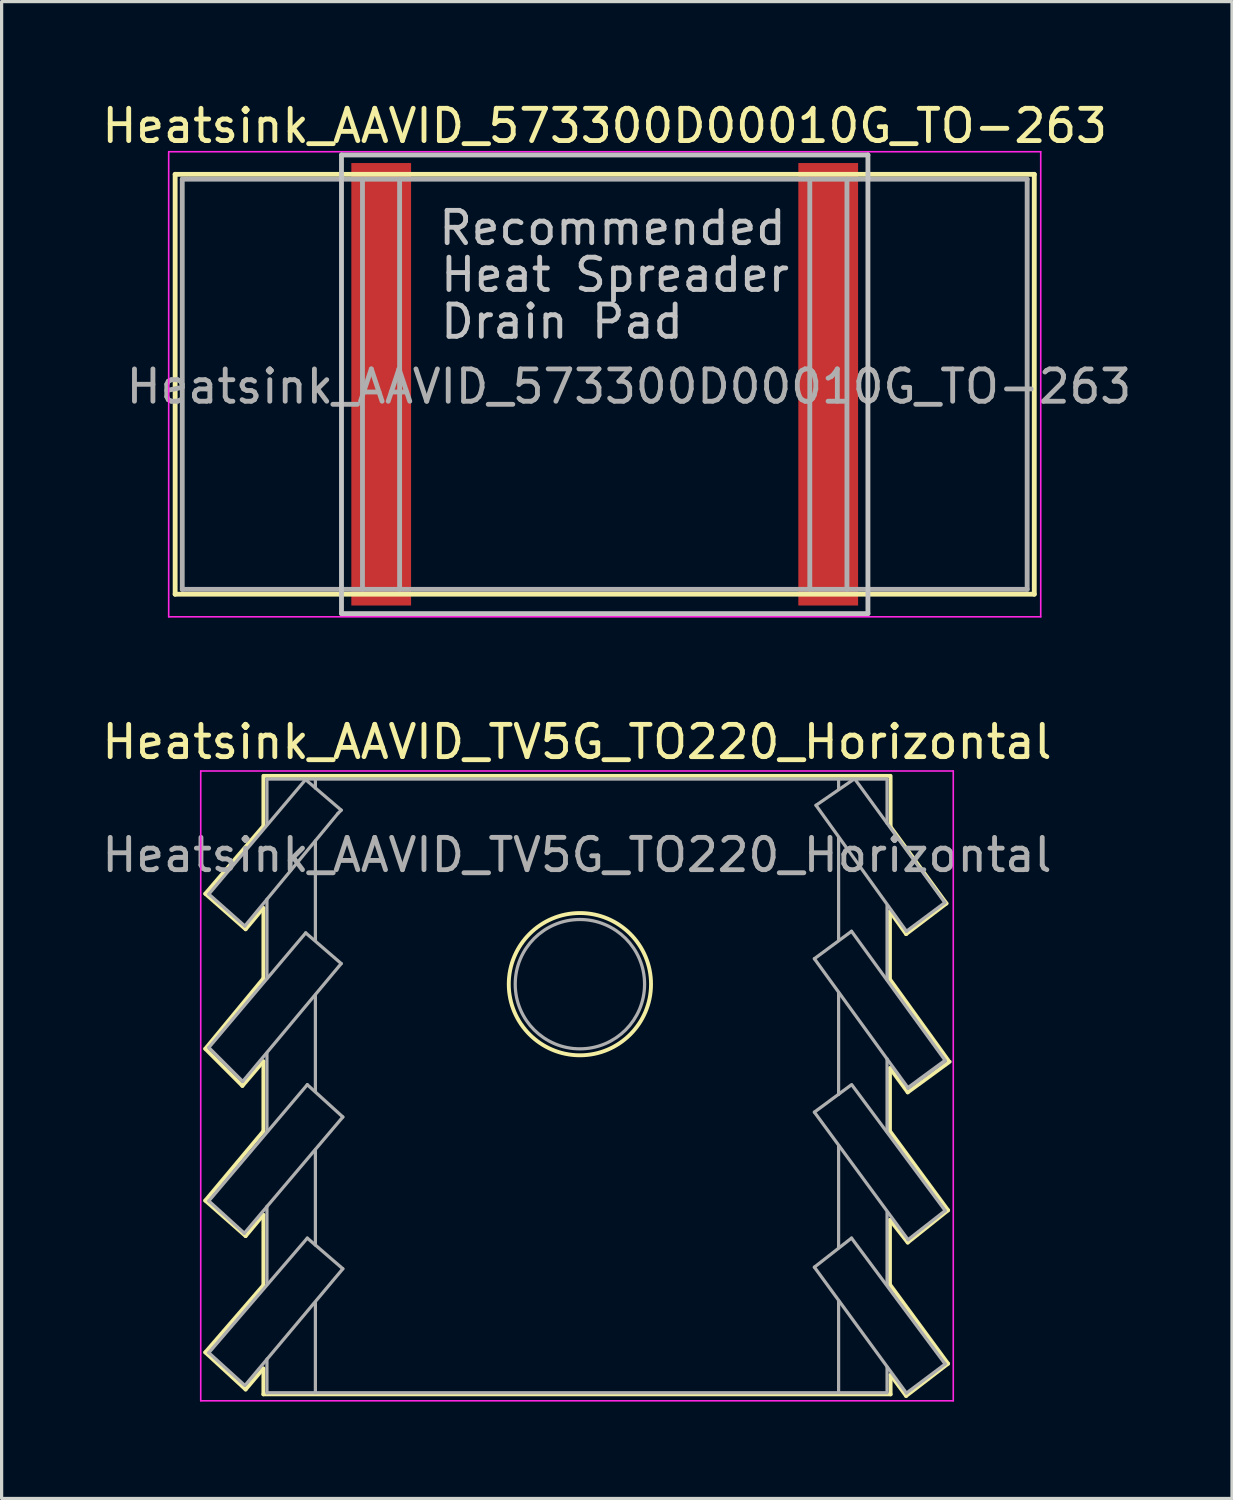
<source format=kicad_pcb>
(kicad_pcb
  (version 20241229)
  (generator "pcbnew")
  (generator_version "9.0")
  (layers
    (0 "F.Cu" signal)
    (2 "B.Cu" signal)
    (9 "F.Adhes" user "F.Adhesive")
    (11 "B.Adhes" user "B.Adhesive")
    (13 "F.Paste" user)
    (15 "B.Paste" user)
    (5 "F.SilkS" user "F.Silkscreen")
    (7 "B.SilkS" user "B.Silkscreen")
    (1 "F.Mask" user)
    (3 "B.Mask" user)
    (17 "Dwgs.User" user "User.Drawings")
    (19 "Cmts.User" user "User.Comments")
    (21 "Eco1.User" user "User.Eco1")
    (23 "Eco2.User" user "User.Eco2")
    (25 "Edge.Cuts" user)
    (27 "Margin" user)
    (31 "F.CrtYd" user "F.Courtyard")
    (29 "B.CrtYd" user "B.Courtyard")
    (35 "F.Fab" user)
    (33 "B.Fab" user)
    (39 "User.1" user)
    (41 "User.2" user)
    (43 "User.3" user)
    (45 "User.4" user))
  (footprint "Heatsink_AAVID_573300D00010G_TO-263"
    (layer "F.Cu")
    (at 15.673 8.848)
    (property "Reference" "Heatsink_AAVID_573300D00010G_TO-263" (at 0 -8 0) (layer "F.SilkS") (effects (font (size 1 1) (thickness 0.15))))
    (attr smd)
    (fp_line (start -13.3 -6.5) (end 13.3 -6.5) (stroke (width 0.15) (type solid)) (layer "F.SilkS"))
    (fp_line (start -13.3 6.5) (end -13.3 -6.5) (stroke (width 0.15) (type solid)) (layer "F.SilkS"))
    (fp_line (start -13.3 6.5) (end 13.3 6.5) (stroke (width 0.15) (type solid)) (layer "F.SilkS"))
    (fp_line (start 13.3 -6.5) (end 13.3 6.5) (stroke (width 0.15) (type solid)) (layer "F.SilkS"))
    (fp_line (start -8.15 -7.1) (end 8.15 -7.1) (stroke (width 0.15) (type solid)) (layer "Dwgs.User"))
    (fp_line (start -8.15 7.1) (end -8.15 -7.1) (stroke (width 0.15) (type solid)) (layer "Dwgs.User"))
    (fp_line (start -8.15 7.1) (end 8.15 7.1) (stroke (width 0.15) (type solid)) (layer "Dwgs.User"))
    (fp_line (start 8.15 7.1) (end 8.15 -7.1) (stroke (width 0.15) (type solid)) (layer "Dwgs.User"))
    (fp_line (start -13.5 -7.2) (end -13.5 7.2) (stroke (width 0.05) (type solid)) (layer "F.CrtYd"))
    (fp_line (start -13.5 7.2) (end 13.5 7.2) (stroke (width 0.05) (type solid)) (layer "F.CrtYd"))
    (fp_line (start 13.5 -7.2) (end -13.5 -7.2) (stroke (width 0.05) (type solid)) (layer "F.CrtYd"))
    (fp_line (start 13.5 7.2) (end 13.5 -7.2) (stroke (width 0.05) (type solid)) (layer "F.CrtYd"))
    (fp_line (start -13.08 -6.35) (end 13.08 -6.35) (stroke (width 0.15) (type solid)) (layer "F.Fab"))
    (fp_line (start -13.08 6.35) (end -13.08 -6.35) (stroke (width 0.15) (type solid)) (layer "F.Fab"))
    (fp_line (start -13.08 6.35) (end 13.08 6.35) (stroke (width 0.15) (type solid)) (layer "F.Fab"))
    (fp_line (start -7.5 6.35) (end -7.5 -6.35) (stroke (width 0.15) (type solid)) (layer "F.Fab"))
    (fp_line (start -6.35 6.35) (end -6.35 -6.35) (stroke (width 0.15) (type solid)) (layer "F.Fab"))
    (fp_line (start 6.35 6.35) (end 6.35 -6.35) (stroke (width 0.15) (type solid)) (layer "F.Fab"))
    (fp_line (start 7.5 6.35) (end 7.5 -6.35) (stroke (width 0.15) (type solid)) (layer "F.Fab"))
    (fp_line (start 13.08 -6.35) (end 13.08 6.35) (stroke (width 0.15) (type solid)) (layer "F.Fab"))
    (fp_text user "Heat Spreader" (at 0.32 -3.39 0) (layer "Dwgs.User") (effects (font (size 1 1) (thickness 0.15))))
    (fp_text user "Drain Pad" (at -1.32 -1.94 0) (layer "Dwgs.User") (effects (font (size 1 1) (thickness 0.15))))
    (fp_text user "Recommended" (at 0.24 -4.84 0) (layer "Dwgs.User") (effects (font (size 1 1) (thickness 0.15))))
    (fp_text user "${REFERENCE}" (at 0.75 0.07 0) (layer "F.Fab") (effects (font (size 1 1) (thickness 0.15))))
    (pad "1" smd rect (at -6.92 0) (size 1.85 13.7) (layers "F.Cu" "F.Mask" "F.Paste"))
    (pad "1" smd rect (at 6.92 0) (size 1.85 13.7) (layers "F.Cu" "F.Mask" "F.Paste")))
  (footprint "Heatsink_AAVID_TV5G_TO220_Horizontal"
    (layer "F.Cu")
    (at 14.815 27.422)
    (property "Reference" "Heatsink_AAVID_TV5G_TO220_Horizontal" (at 0 -7.5 0) (layer "F.SilkS") (effects (font (size 1 1) (thickness 0.15))))
    (attr through_hole)
    (fp_line (start -11.51 -2.8) (end -9.7 -4.91) (stroke (width 0.12) (type solid)) (layer "F.SilkS"))
    (fp_line (start -11.51 2) (end -9.71 -0.18) (stroke (width 0.12) (type solid)) (layer "F.SilkS"))
    (fp_line (start -11.51 6.7) (end -9.71 4.55) (stroke (width 0.12) (type solid)) (layer "F.SilkS"))
    (fp_line (start -11.51 11.4) (end -9.71 9.32) (stroke (width 0.12) (type solid)) (layer "F.SilkS"))
    (fp_line (start -10.36 3.15) (end -11.51 2) (stroke (width 0.12) (type solid)) (layer "F.SilkS"))
    (fp_line (start -10.26 -1.7) (end -11.51 -2.8) (stroke (width 0.12) (type solid)) (layer "F.SilkS"))
    (fp_line (start -10.26 7.8) (end -11.51 6.7) (stroke (width 0.12) (type solid)) (layer "F.SilkS"))
    (fp_line (start -10.26 12.55) (end -11.51 11.4) (stroke (width 0.12) (type solid)) (layer "F.SilkS"))
    (fp_line (start -9.71 -4.94) (end -9.71 -6.45) (stroke (width 0.12) (type solid)) (layer "F.SilkS"))
    (fp_line (start -9.71 -2.36) (end -10.26 -1.7) (stroke (width 0.12) (type solid)) (layer "F.SilkS"))
    (fp_line (start -9.71 -0.19) (end -9.71 -2.35) (stroke (width 0.12) (type solid)) (layer "F.SilkS"))
    (fp_line (start -9.71 2.39) (end -10.36 3.15) (stroke (width 0.12) (type solid)) (layer "F.SilkS"))
    (fp_line (start -9.71 4.54) (end -9.71 2.39) (stroke (width 0.12) (type solid)) (layer "F.SilkS"))
    (fp_line (start -9.71 7.14) (end -10.26 7.8) (stroke (width 0.12) (type solid)) (layer "F.SilkS"))
    (fp_line (start -9.71 9.32) (end -9.71 7.15) (stroke (width 0.12) (type solid)) (layer "F.SilkS"))
    (fp_line (start -9.71 11.9) (end -10.26 12.55) (stroke (width 0.12) (type solid)) (layer "F.SilkS"))
    (fp_line (start -9.71 12.7) (end -9.71 11.9) (stroke (width 0.12) (type solid)) (layer "F.SilkS"))
    (fp_line (start -9.69 -6.45) (end 9.69 -6.45) (stroke (width 0.12) (type solid)) (layer "F.SilkS"))
    (fp_line (start 9.69 -4.9) (end 11.44 -2.5) (stroke (width 0.12) (type solid)) (layer "F.SilkS"))
    (fp_line (start 9.69 -2.25) (end 9.69 -0.15) (stroke (width 0.12) (type solid)) (layer "F.SilkS"))
    (fp_line (start 9.69 -0.15) (end 11.49 2.35) (stroke (width 0.12) (type solid)) (layer "F.SilkS"))
    (fp_line (start 9.69 2.6) (end 9.69 4.55) (stroke (width 0.12) (type solid)) (layer "F.SilkS"))
    (fp_line (start 9.69 4.55) (end 11.49 7) (stroke (width 0.12) (type solid)) (layer "F.SilkS"))
    (fp_line (start 9.69 7.3) (end 9.69 9.3) (stroke (width 0.12) (type solid)) (layer "F.SilkS"))
    (fp_line (start 9.69 9.3) (end 11.49 11.75) (stroke (width 0.12) (type solid)) (layer "F.SilkS"))
    (fp_line (start 9.71 -6.45) (end 9.71 -4.9) (stroke (width 0.12) (type solid)) (layer "F.SilkS"))
    (fp_line (start 9.71 12.1) (end 9.71 12.7) (stroke (width 0.12) (type solid)) (layer "F.SilkS"))
    (fp_line (start 9.71 12.7) (end -9.71 12.7) (stroke (width 0.12) (type solid)) (layer "F.SilkS"))
    (fp_line (start 10.19 -1.55) (end 9.69 -2.25) (stroke (width 0.12) (type solid)) (layer "F.SilkS"))
    (fp_line (start 10.19 12.75) (end 9.71 12.1) (stroke (width 0.12) (type solid)) (layer "F.SilkS"))
    (fp_line (start 10.24 3.35) (end 9.69 2.6) (stroke (width 0.12) (type solid)) (layer "F.SilkS"))
    (fp_line (start 10.24 8) (end 9.69 7.3) (stroke (width 0.12) (type solid)) (layer "F.SilkS"))
    (fp_line (start 11.44 -2.5) (end 10.19 -1.55) (stroke (width 0.12) (type solid)) (layer "F.SilkS"))
    (fp_line (start 11.49 7) (end 10.24 8) (stroke (width 0.12) (type solid)) (layer "F.SilkS"))
    (fp_line (start 11.49 11.75) (end 10.19 12.75) (stroke (width 0.12) (type solid)) (layer "F.SilkS"))
    (fp_line (start 11.54 2.4) (end 10.24 3.35) (stroke (width 0.12) (type solid)) (layer "F.SilkS"))
    (fp_circle (center 0.09 0) (end 2.29 -0.1) (stroke (width 0.12) (type solid)) (fill no) (layer "F.SilkS"))
    (fp_line (start -11.65 -6.6) (end -11.65 12.9) (stroke (width 0.05) (type solid)) (layer "F.CrtYd"))
    (fp_line (start -11.65 12.9) (end 11.65 12.9) (stroke (width 0.05) (type solid)) (layer "F.CrtYd"))
    (fp_line (start 11.65 -6.6) (end -11.65 -6.6) (stroke (width 0.05) (type solid)) (layer "F.CrtYd"))
    (fp_line (start 11.65 12.9) (end 11.65 -6.6) (stroke (width 0.05) (type solid)) (layer "F.CrtYd"))
    (fp_line (start -11.4 -2.788) (end -10.285 -1.8) (stroke (width 0.1) (type solid)) (layer "F.Fab"))
    (fp_line (start -11.4 1.962) (end -10.35 3.012) (stroke (width 0.1) (type solid)) (layer "F.Fab"))
    (fp_line (start -11.4 1.962) (end -8.4 -1.588) (stroke (width 0.1) (type solid)) (layer "F.Fab"))
    (fp_line (start -11.4 6.712) (end -8.35 3.112) (stroke (width 0.1) (type solid)) (layer "F.Fab"))
    (fp_line (start -11.4 11.412) (end -10.285 12.425) (stroke (width 0.1) (type solid)) (layer "F.Fab"))
    (fp_line (start -11.4 11.412) (end -8.35 7.862) (stroke (width 0.1) (type solid)) (layer "F.Fab"))
    (fp_line (start -10.35 3.012) (end -7.3 -0.638) (stroke (width 0.1) (type solid)) (layer "F.Fab"))
    (fp_line (start -10.3 7.712) (end -11.4 6.712) (stroke (width 0.1) (type solid)) (layer "F.Fab"))
    (fp_line (start -10.285 -1.8) (end -7.4 -5.288) (stroke (width 0.1) (type solid)) (layer "F.Fab"))
    (fp_line (start -9.6 -6.35) (end -9.6 -4.95) (stroke (width 0.1) (type solid)) (layer "F.Fab"))
    (fp_line (start -9.6 -2.63) (end -9.6 -0.18) (stroke (width 0.1) (type solid)) (layer "F.Fab"))
    (fp_line (start -9.6 2.13) (end -9.6 4.56) (stroke (width 0.1) (type solid)) (layer "F.Fab"))
    (fp_line (start -9.6 6.88) (end -9.6 9.3) (stroke (width 0.1) (type solid)) (layer "F.Fab"))
    (fp_line (start -9.6 11.61) (end -9.6 12.65) (stroke (width 0.1) (type solid)) (layer "F.Fab"))
    (fp_line (start -9.6 12.65) (end 9.6 12.65) (stroke (width 0.1) (type solid)) (layer "F.Fab"))
    (fp_line (start -8.4 -6.338) (end -11.4 -2.788) (stroke (width 0.1) (type solid)) (layer "F.Fab"))
    (fp_line (start -8.35 -6.288) (end -7.3 -5.388) (stroke (width 0.1) (type solid)) (layer "F.Fab"))
    (fp_line (start -8.35 3.112) (end -7.25 4.112) (stroke (width 0.1) (type solid)) (layer "F.Fab"))
    (fp_line (start -8.35 7.862) (end -7.25 8.812) (stroke (width 0.1) (type solid)) (layer "F.Fab"))
    (fp_line (start -8.1 -6.338) (end -8.1 -6.07) (stroke (width 0.1) (type solid)) (layer "F.Fab"))
    (fp_line (start -8.1 -4.44) (end -8.1 -1.35) (stroke (width 0.1) (type solid)) (layer "F.Fab"))
    (fp_line (start -8.1 0.34) (end -8.1 3.33) (stroke (width 0.1) (type solid)) (layer "F.Fab"))
    (fp_line (start -8.1 5.13) (end -8.1 8.08) (stroke (width 0.1) (type solid)) (layer "F.Fab"))
    (fp_line (start -8.1 9.86) (end -8.1 12.65) (stroke (width 0.1) (type solid)) (layer "F.Fab"))
    (fp_line (start -7.3 -5.388) (end -7.4 -5.288) (stroke (width 0.1) (type solid)) (layer "F.Fab"))
    (fp_line (start -7.3 -0.638) (end -8.4 -1.588) (stroke (width 0.1) (type solid)) (layer "F.Fab"))
    (fp_line (start -7.25 4.112) (end -10.3 7.712) (stroke (width 0.1) (type solid)) (layer "F.Fab"))
    (fp_line (start -7.25 8.812) (end -10.26 12.4) (stroke (width 0.1) (type solid)) (layer "F.Fab"))
    (fp_line (start 7.35 -0.788) (end 8.5 -1.638) (stroke (width 0.1) (type solid)) (layer "F.Fab"))
    (fp_line (start 7.35 3.962) (end 8.5 3.112) (stroke (width 0.1) (type solid)) (layer "F.Fab"))
    (fp_line (start 7.35 8.762) (end 10.2 12.662) (stroke (width 0.1) (type solid)) (layer "F.Fab"))
    (fp_line (start 7.4 -5.538) (end 10.2 -1.638) (stroke (width 0.1) (type solid)) (layer "F.Fab"))
    (fp_line (start 8.1 -6.35) (end 8.1 -6.03) (stroke (width 0.1) (type solid)) (layer "F.Fab"))
    (fp_line (start 8.1 -4.538) (end 8.1 -1.388) (stroke (width 0.1) (type solid)) (layer "F.Fab"))
    (fp_line (start 8.1 0.262) (end 8.1 3.412) (stroke (width 0.1) (type solid)) (layer "F.Fab"))
    (fp_line (start 8.1 5.012) (end 8.1 8.162) (stroke (width 0.1) (type solid)) (layer "F.Fab"))
    (fp_line (start 8.1 9.812) (end 8.1 12.612) (stroke (width 0.1) (type solid)) (layer "F.Fab"))
    (fp_line (start 8.5 -1.638) (end 11.4 2.362) (stroke (width 0.1) (type solid)) (layer "F.Fab"))
    (fp_line (start 8.5 7.862) (end 7.35 8.762) (stroke (width 0.1) (type solid)) (layer "F.Fab"))
    (fp_line (start 8.515 3.125) (end 11.4 7.012) (stroke (width 0.1) (type solid)) (layer "F.Fab"))
    (fp_line (start 8.55 -6.33) (end 7.4 -5.538) (stroke (width 0.1) (type solid)) (layer "F.Fab"))
    (fp_line (start 9.6 -6.35) (end -9.6 -6.35) (stroke (width 0.1) (type solid)) (layer "F.Fab"))
    (fp_line (start 9.6 -6.338) (end 9.6 -4.98) (stroke (width 0.1) (type solid)) (layer "F.Fab"))
    (fp_line (start 9.6 -2.438) (end 9.6 -0.138) (stroke (width 0.1) (type solid)) (layer "F.Fab"))
    (fp_line (start 9.6 2.312) (end 9.6 4.562) (stroke (width 0.1) (type solid)) (layer "F.Fab"))
    (fp_line (start 9.6 7.062) (end 9.6 9.312) (stroke (width 0.1) (type solid)) (layer "F.Fab"))
    (fp_line (start 9.6 11.862) (end 9.6 12.612) (stroke (width 0.1) (type solid)) (layer "F.Fab"))
    (fp_line (start 10.2 -1.638) (end 11.39 -2.525) (stroke (width 0.1) (type solid)) (layer "F.Fab"))
    (fp_line (start 10.2 12.662) (end 11.4 11.762) (stroke (width 0.1) (type solid)) (layer "F.Fab"))
    (fp_line (start 10.25 3.212) (end 7.35 -0.788) (stroke (width 0.1) (type solid)) (layer "F.Fab"))
    (fp_line (start 10.25 7.912) (end 7.35 3.962) (stroke (width 0.1) (type solid)) (layer "F.Fab"))
    (fp_line (start 11.39 -2.525) (end 8.61 -6.34) (stroke (width 0.1) (type solid)) (layer "F.Fab"))
    (fp_line (start 11.39 2.375) (end 10.25 3.212) (stroke (width 0.12) (type solid)) (layer "F.Fab"))
    (fp_line (start 11.4 7.012) (end 10.25 7.912) (stroke (width 0.1) (type solid)) (layer "F.Fab"))
    (fp_line (start 11.4 11.762) (end 8.5 7.862) (stroke (width 0.1) (type solid)) (layer "F.Fab"))
    (fp_circle (center 0.09 0) (end 2.09 0.1) (stroke (width 0.1) (type solid)) (fill no) (layer "F.Fab"))
    (fp_text user "${REFERENCE}" (at 0 -4 0) (layer "F.Fab") (effects (font (size 1 1) (thickness 0.15)))))
  (gr_rect
    (start -3 -3)
    (end 35.095 43.346)
    (stroke (width 0.1) (type default))
    (fill no)
    (layer "Edge.Cuts")))
</source>
